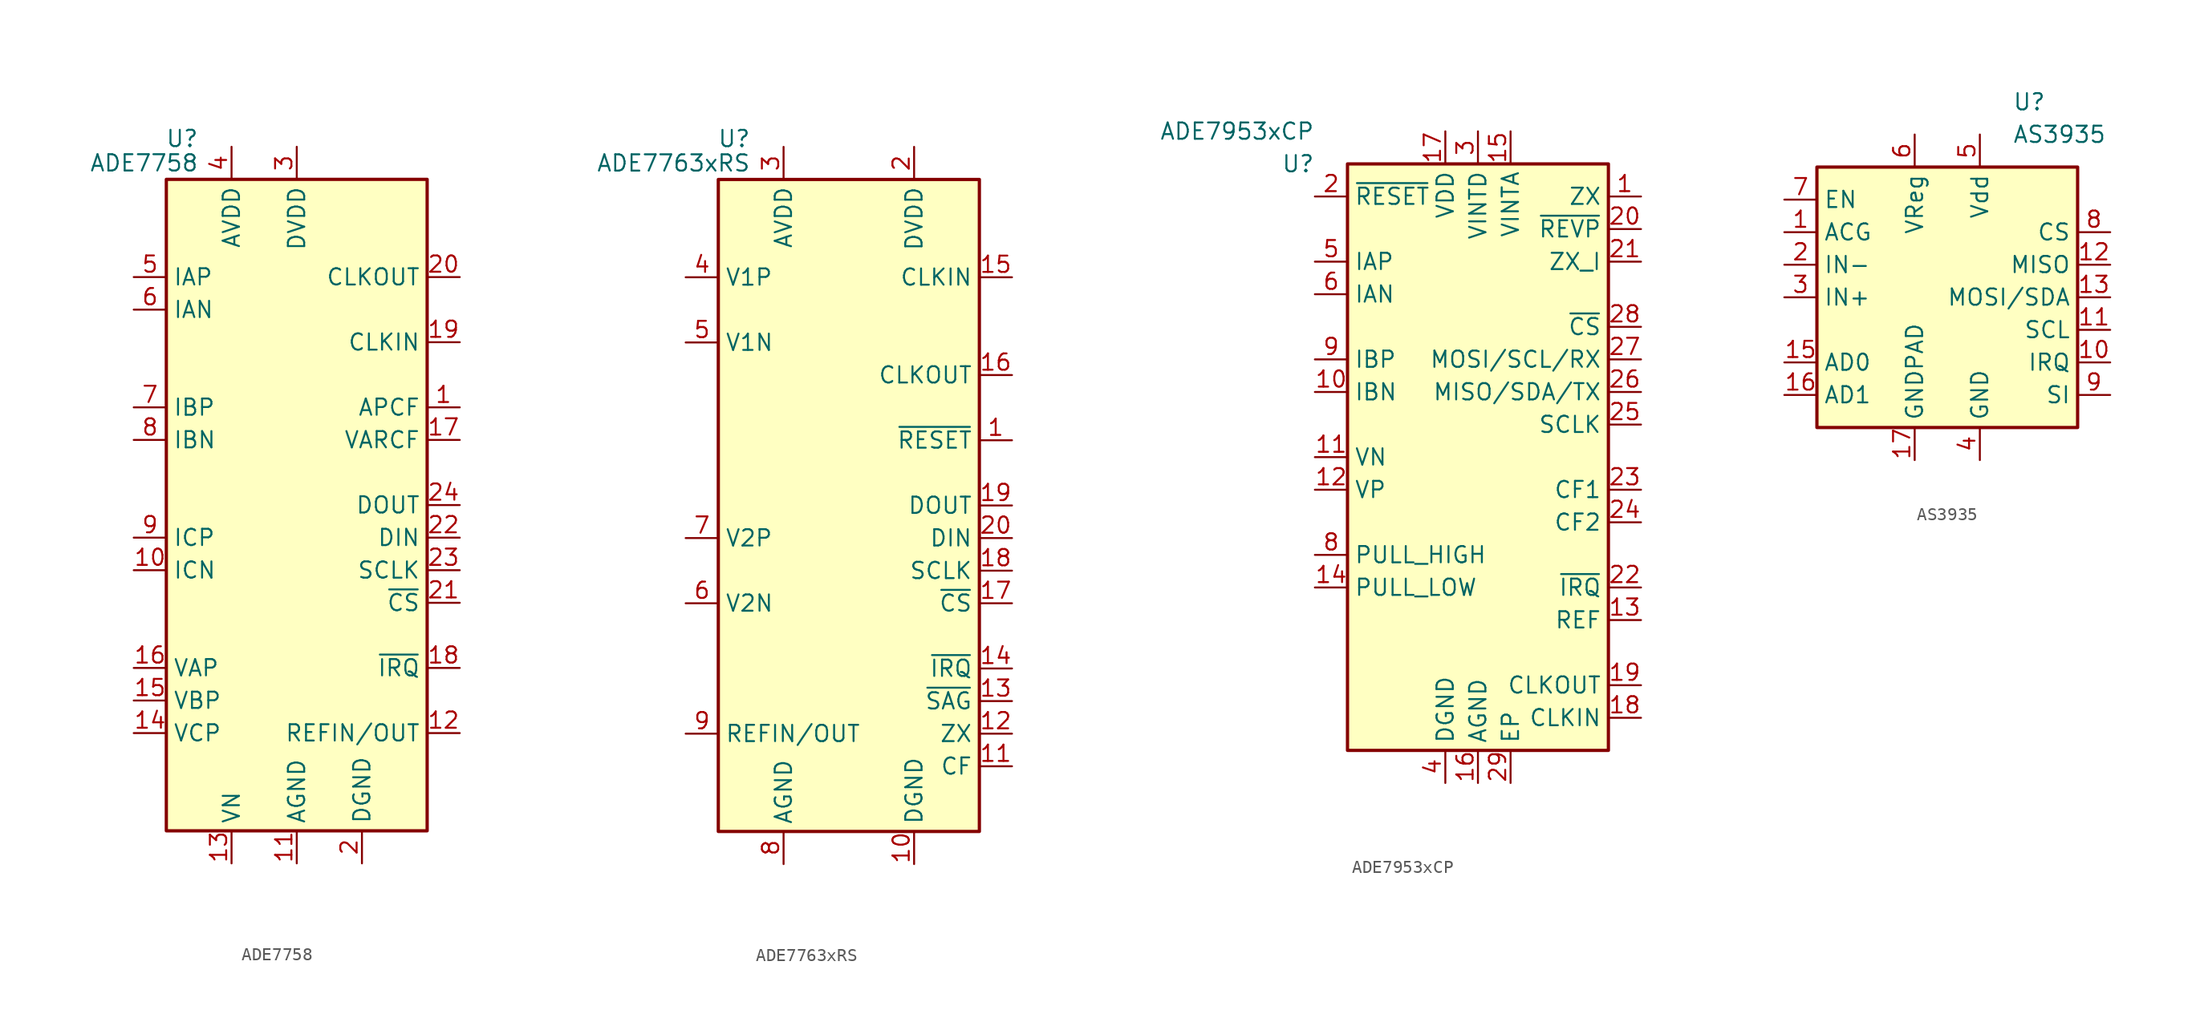
<source format=kicad_sym>
(kicad_symbol_lib
  (version 20201005)
  (generator kicad_symbol_editor)
  (symbol "Sensor:ADE7758"
    (property "Reference" "U"
      (at -7.62 28.575 0)
      (effects (font (size 1.27 1.27)) (justify right)))
    (property "Value" "ADE7758"
      (at -7.62 26.67 0)
      (effects (font (size 1.27 1.27)) (justify right)))
    (symbol "ADE7758_0_1"
      (rectangle (start 10.16 -25.4) (end -10.16 25.4) (stroke (width 0.254)) (fill (type background))))
    (symbol "ADE7758_1_1"
      (pin output line (at 12.7 7.62 180) (length 2.54) (name "APCF" (effects (font (size 1.27 1.27)))) (number "1" (effects (font (size 1.27 1.27)))))
      (pin input line (at -12.7 -5.08 0) (length 2.54) (name "ICN" (effects (font (size 1.27 1.27)))) (number "10" (effects (font (size 1.27 1.27)))))
      (pin power_in line (at 0 -27.94 90) (length 2.54) (name "AGND" (effects (font (size 1.27 1.27)))) (number "11" (effects (font (size 1.27 1.27)))))
      (pin input line (at 12.7 -17.78 180) (length 2.54) (name "REFIN/OUT" (effects (font (size 1.27 1.27)))) (number "12" (effects (font (size 1.27 1.27)))))
      (pin power_in line (at -5.08 -27.94 90) (length 2.54) (name "VN" (effects (font (size 1.27 1.27)))) (number "13" (effects (font (size 1.27 1.27)))))
      (pin input line (at -12.7 -17.78 0) (length 2.54) (name "VCP" (effects (font (size 1.27 1.27)))) (number "14" (effects (font (size 1.27 1.27)))))
      (pin input line (at -12.7 -15.24 0) (length 2.54) (name "VBP" (effects (font (size 1.27 1.27)))) (number "15" (effects (font (size 1.27 1.27)))))
      (pin input line (at -12.7 -12.7 0) (length 2.54) (name "VAP" (effects (font (size 1.27 1.27)))) (number "16" (effects (font (size 1.27 1.27)))))
      (pin output line (at 12.7 5.08 180) (length 2.54) (name "VARCF" (effects (font (size 1.27 1.27)))) (number "17" (effects (font (size 1.27 1.27)))))
      (pin open_collector line (at 12.7 -12.7 180) (length 2.54) (name "~IRQ" (effects (font (size 1.27 1.27)))) (number "18" (effects (font (size 1.27 1.27)))))
      (pin input line (at 12.7 12.7 180) (length 2.54) (name "CLKIN" (effects (font (size 1.27 1.27)))) (number "19" (effects (font (size 1.27 1.27)))))
      (pin power_in line (at 5.08 -27.94 90) (length 2.54) (name "DGND" (effects (font (size 1.27 1.27)))) (number "2" (effects (font (size 1.27 1.27)))))
      (pin output line (at 12.7 17.78 180) (length 2.54) (name "CLKOUT" (effects (font (size 1.27 1.27)))) (number "20" (effects (font (size 1.27 1.27)))))
      (pin input line (at 12.7 -7.62 180) (length 2.54) (name "~CS" (effects (font (size 1.27 1.27)))) (number "21" (effects (font (size 1.27 1.27)))))
      (pin input line (at 12.7 -2.54 180) (length 2.54) (name "DIN" (effects (font (size 1.27 1.27)))) (number "22" (effects (font (size 1.27 1.27)))))
      (pin input line (at 12.7 -5.08 180) (length 2.54) (name "SCLK" (effects (font (size 1.27 1.27)))) (number "23" (effects (font (size 1.27 1.27)))))
      (pin output line (at 12.7 0 180) (length 2.54) (name "DOUT" (effects (font (size 1.27 1.27)))) (number "24" (effects (font (size 1.27 1.27)))))
      (pin power_in line (at 0 27.94 270) (length 2.54) (name "DVDD" (effects (font (size 1.27 1.27)))) (number "3" (effects (font (size 1.27 1.27)))))
      (pin power_in line (at -5.08 27.94 270) (length 2.54) (name "AVDD" (effects (font (size 1.27 1.27)))) (number "4" (effects (font (size 1.27 1.27)))))
      (pin input line (at -12.7 17.78 0) (length 2.54) (name "IAP" (effects (font (size 1.27 1.27)))) (number "5" (effects (font (size 1.27 1.27)))))
      (pin input line (at -12.7 15.24 0) (length 2.54) (name "IAN" (effects (font (size 1.27 1.27)))) (number "6" (effects (font (size 1.27 1.27)))))
      (pin input line (at -12.7 7.62 0) (length 2.54) (name "IBP" (effects (font (size 1.27 1.27)))) (number "7" (effects (font (size 1.27 1.27)))))
      (pin input line (at -12.7 5.08 0) (length 2.54) (name "IBN" (effects (font (size 1.27 1.27)))) (number "8" (effects (font (size 1.27 1.27)))))
      (pin input line (at -12.7 -2.54 0) (length 2.54) (name "ICP" (effects (font (size 1.27 1.27)))) (number "9" (effects (font (size 1.27 1.27)))))))
  (symbol "Sensor:ADE7763xRS"
    (property "Reference" "U"
      (at -7.62 28.575 0)
      (effects (font (size 1.27 1.27)) (justify right)))
    (property "Value" "ADE7763xRS"
      (at -7.62 26.67 0)
      (effects (font (size 1.27 1.27)) (justify right)))
    (symbol "ADE7763xRS_0_1"
      (rectangle (start 10.16 -25.4) (end -10.16 25.4) (stroke (width 0.254)) (fill (type background))))
    (symbol "ADE7763xRS_1_1"
      (pin input line (at 12.7 5.08 180) (length 2.54) (name "~RESET" (effects (font (size 1.27 1.27)))) (number "1" (effects (font (size 1.27 1.27)))))
      (pin power_in line (at 5.08 -27.94 90) (length 2.54) (name "DGND" (effects (font (size 1.27 1.27)))) (number "10" (effects (font (size 1.27 1.27)))))
      (pin output line (at 12.7 -20.32 180) (length 2.54) (name "CF" (effects (font (size 1.27 1.27)))) (number "11" (effects (font (size 1.27 1.27)))))
      (pin output line (at 12.7 -17.78 180) (length 2.54) (name "ZX" (effects (font (size 1.27 1.27)))) (number "12" (effects (font (size 1.27 1.27)))))
      (pin open_collector line (at 12.7 -15.24 180) (length 2.54) (name "~SAG" (effects (font (size 1.27 1.27)))) (number "13" (effects (font (size 1.27 1.27)))))
      (pin open_collector line (at 12.7 -12.7 180) (length 2.54) (name "~IRQ" (effects (font (size 1.27 1.27)))) (number "14" (effects (font (size 1.27 1.27)))))
      (pin input line (at 12.7 17.78 180) (length 2.54) (name "CLKIN" (effects (font (size 1.27 1.27)))) (number "15" (effects (font (size 1.27 1.27)))))
      (pin output line (at 12.7 10.16 180) (length 2.54) (name "CLKOUT" (effects (font (size 1.27 1.27)))) (number "16" (effects (font (size 1.27 1.27)))))
      (pin input line (at 12.7 -7.62 180) (length 2.54) (name "~CS" (effects (font (size 1.27 1.27)))) (number "17" (effects (font (size 1.27 1.27)))))
      (pin input line (at 12.7 -5.08 180) (length 2.54) (name "SCLK" (effects (font (size 1.27 1.27)))) (number "18" (effects (font (size 1.27 1.27)))))
      (pin output line (at 12.7 0 180) (length 2.54) (name "DOUT" (effects (font (size 1.27 1.27)))) (number "19" (effects (font (size 1.27 1.27)))))
      (pin power_in line (at 5.08 27.94 270) (length 2.54) (name "DVDD" (effects (font (size 1.27 1.27)))) (number "2" (effects (font (size 1.27 1.27)))))
      (pin input line (at 12.7 -2.54 180) (length 2.54) (name "DIN" (effects (font (size 1.27 1.27)))) (number "20" (effects (font (size 1.27 1.27)))))
      (pin power_in line (at -5.08 27.94 270) (length 2.54) (name "AVDD" (effects (font (size 1.27 1.27)))) (number "3" (effects (font (size 1.27 1.27)))))
      (pin input line (at -12.7 17.78 0) (length 2.54) (name "V1P" (effects (font (size 1.27 1.27)))) (number "4" (effects (font (size 1.27 1.27)))))
      (pin input line (at -12.7 12.7 0) (length 2.54) (name "V1N" (effects (font (size 1.27 1.27)))) (number "5" (effects (font (size 1.27 1.27)))))
      (pin input line (at -12.7 -7.62 0) (length 2.54) (name "V2N" (effects (font (size 1.27 1.27)))) (number "6" (effects (font (size 1.27 1.27)))))
      (pin input line (at -12.7 -2.54 0) (length 2.54) (name "V2P" (effects (font (size 1.27 1.27)))) (number "7" (effects (font (size 1.27 1.27)))))
      (pin power_in line (at -5.08 -27.94 90) (length 2.54) (name "AGND" (effects (font (size 1.27 1.27)))) (number "8" (effects (font (size 1.27 1.27)))))
      (pin input line (at -12.7 -17.78 0) (length 2.54) (name "REFIN/OUT" (effects (font (size 1.27 1.27)))) (number "9" (effects (font (size 1.27 1.27)))))))
  (symbol "Sensor:ADE7953xCP"
    (property "Reference" "U"
      (at -12.7 22.86 0)
      (effects (font (size 1.27 1.27)) (justify right)))
    (property "Value" "ADE7953xCP"
      (at -12.7 25.4 0)
      (effects (font (size 1.27 1.27)) (justify right)))
    (symbol "ADE7953xCP_0_1"
      (rectangle (start 10.16 -22.86) (end -10.16 22.86) (stroke (width 0.254)) (fill (type background))))
    (symbol "ADE7953xCP_1_1"
      (pin output line (at 12.7 20.32 180) (length 2.54) (name "ZX" (effects (font (size 1.27 1.27)))) (number "1" (effects (font (size 1.27 1.27)))))
      (pin input line (at -12.7 5.08 0) (length 2.54) (name "IBN" (effects (font (size 1.27 1.27)))) (number "10" (effects (font (size 1.27 1.27)))))
      (pin input line (at -12.7 0 0) (length 2.54) (name "VN" (effects (font (size 1.27 1.27)))) (number "11" (effects (font (size 1.27 1.27)))))
      (pin input line (at -12.7 -2.54 0) (length 2.54) (name "VP" (effects (font (size 1.27 1.27)))) (number "12" (effects (font (size 1.27 1.27)))))
      (pin input line (at 12.7 -12.7 180) (length 2.54) (name "REF" (effects (font (size 1.27 1.27)))) (number "13" (effects (font (size 1.27 1.27)))))
      (pin input line (at -12.7 -10.16 0) (length 2.54) (name "PULL_LOW" (effects (font (size 1.27 1.27)))) (number "14" (effects (font (size 1.27 1.27)))))
      (pin power_out line (at 2.54 25.4 270) (length 2.54) (name "VINTA" (effects (font (size 1.27 1.27)))) (number "15" (effects (font (size 1.27 1.27)))))
      (pin power_in line (at 0 -25.4 90) (length 2.54) (name "AGND" (effects (font (size 1.27 1.27)))) (number "16" (effects (font (size 1.27 1.27)))))
      (pin power_in line (at -2.54 25.4 270) (length 2.54) (name "VDD" (effects (font (size 1.27 1.27)))) (number "17" (effects (font (size 1.27 1.27)))))
      (pin input line (at 12.7 -20.32 180) (length 2.54) (name "CLKIN" (effects (font (size 1.27 1.27)))) (number "18" (effects (font (size 1.27 1.27)))))
      (pin output line (at 12.7 -17.78 180) (length 2.54) (name "CLKOUT" (effects (font (size 1.27 1.27)))) (number "19" (effects (font (size 1.27 1.27)))))
      (pin input line (at -12.7 20.32 0) (length 2.54) (name "~RESET" (effects (font (size 1.27 1.27)))) (number "2" (effects (font (size 1.27 1.27)))))
      (pin output line (at 12.7 17.78 180) (length 2.54) (name "~REVP" (effects (font (size 1.27 1.27)))) (number "20" (effects (font (size 1.27 1.27)))))
      (pin output line (at 12.7 15.24 180) (length 2.54) (name "ZX_I" (effects (font (size 1.27 1.27)))) (number "21" (effects (font (size 1.27 1.27)))))
      (pin open_collector line (at 12.7 -10.16 180) (length 2.54) (name "~IRQ" (effects (font (size 1.27 1.27)))) (number "22" (effects (font (size 1.27 1.27)))))
      (pin output line (at 12.7 -2.54 180) (length 2.54) (name "CF1" (effects (font (size 1.27 1.27)))) (number "23" (effects (font (size 1.27 1.27)))))
      (pin output line (at 12.7 -5.08 180) (length 2.54) (name "CF2" (effects (font (size 1.27 1.27)))) (number "24" (effects (font (size 1.27 1.27)))))
      (pin input line (at 12.7 2.54 180) (length 2.54) (name "SCLK" (effects (font (size 1.27 1.27)))) (number "25" (effects (font (size 1.27 1.27)))))
      (pin bidirectional line (at 12.7 5.08 180) (length 2.54) (name "MISO/SDA/TX" (effects (font (size 1.27 1.27)))) (number "26" (effects (font (size 1.27 1.27)))))
      (pin input line (at 12.7 7.62 180) (length 2.54) (name "MOSI/SCL/RX" (effects (font (size 1.27 1.27)))) (number "27" (effects (font (size 1.27 1.27)))))
      (pin input line (at 12.7 10.16 180) (length 2.54) (name "~CS" (effects (font (size 1.27 1.27)))) (number "28" (effects (font (size 1.27 1.27)))))
      (pin passive line (at 2.54 -25.4 90) (length 2.54) (name "EP" (effects (font (size 1.27 1.27)))) (number "29" (effects (font (size 1.27 1.27)))))
      (pin power_out line (at 0 25.4 270) (length 2.54) (name "VINTD" (effects (font (size 1.27 1.27)))) (number "3" (effects (font (size 1.27 1.27)))))
      (pin power_in line (at -2.54 -25.4 90) (length 2.54) (name "DGND" (effects (font (size 1.27 1.27)))) (number "4" (effects (font (size 1.27 1.27)))))
      (pin input line (at -12.7 15.24 0) (length 2.54) (name "IAP" (effects (font (size 1.27 1.27)))) (number "5" (effects (font (size 1.27 1.27)))))
      (pin input line (at -12.7 12.7 0) (length 2.54) (name "IAN" (effects (font (size 1.27 1.27)))) (number "6" (effects (font (size 1.27 1.27)))))
      (pin input line (at -12.7 -7.62 0) (length 2.54) hide (name "PULL_HIGH" (effects (font (size 1.27 1.27)))) (number "7" (effects (font (size 1.27 1.27)))))
      (pin input line (at -12.7 -7.62 0) (length 2.54) (name "PULL_HIGH" (effects (font (size 1.27 1.27)))) (number "8" (effects (font (size 1.27 1.27)))))
      (pin input line (at -12.7 7.62 0) (length 2.54) (name "IBP" (effects (font (size 1.27 1.27)))) (number "9" (effects (font (size 1.27 1.27)))))))
  (symbol "Sensor:AS3935"
    (property "Reference" "U"
      (at 5.08 15.24 0)
      (effects (font (size 1.27 1.27)) (justify left)))
    (property "Value" "AS3935"
      (at 5.08 12.7 0)
      (effects (font (size 1.27 1.27)) (justify left)))
    (symbol "AS3935_0_1"
      (rectangle (start -10.16 10.16) (end 10.16 -10.16) (stroke (width 0.254)) (fill (type background))))
    (symbol "AS3935_1_1"
      (pin input line (at -12.7 5.08 0) (length 2.54) (name "ACG" (effects (font (size 1.27 1.27)))) (number "1" (effects (font (size 1.27 1.27)))))
      (pin bidirectional line (at 12.7 -5.08 180) (length 2.54) (name "IRQ" (effects (font (size 1.27 1.27)))) (number "10" (effects (font (size 1.27 1.27)))))
      (pin bidirectional line (at 12.7 -2.54 180) (length 2.54) (name "SCL" (effects (font (size 1.27 1.27)))) (number "11" (effects (font (size 1.27 1.27)))))
      (pin output line (at 12.7 2.54 180) (length 2.54) (name "MISO" (effects (font (size 1.27 1.27)))) (number "12" (effects (font (size 1.27 1.27)))))
      (pin bidirectional line (at 12.7 0 180) (length 2.54) (name "MOSI/SDA" (effects (font (size 1.27 1.27)))) (number "13" (effects (font (size 1.27 1.27)))))
      (pin input line (at -12.7 -5.08 0) (length 2.54) (name "AD0" (effects (font (size 1.27 1.27)))) (number "15" (effects (font (size 1.27 1.27)))))
      (pin input line (at -12.7 -7.62 0) (length 2.54) (name "AD1" (effects (font (size 1.27 1.27)))) (number "16" (effects (font (size 1.27 1.27)))))
      (pin power_in line (at -2.54 -12.7 90) (length 2.54) (name "GNDPAD" (effects (font (size 1.27 1.27)))) (number "17" (effects (font (size 1.27 1.27)))))
      (pin input line (at -12.7 2.54 0) (length 2.54) (name "IN-" (effects (font (size 1.27 1.27)))) (number "2" (effects (font (size 1.27 1.27)))))
      (pin input line (at -12.7 0 0) (length 2.54) (name "IN+" (effects (font (size 1.27 1.27)))) (number "3" (effects (font (size 1.27 1.27)))))
      (pin power_in line (at 2.54 -12.7 90) (length 2.54) (name "GND" (effects (font (size 1.27 1.27)))) (number "4" (effects (font (size 1.27 1.27)))))
      (pin power_in line (at 2.54 12.7 270) (length 2.54) (name "Vdd" (effects (font (size 1.27 1.27)))) (number "5" (effects (font (size 1.27 1.27)))))
      (pin passive line (at -2.54 12.7 270) (length 2.54) (name "VReg" (effects (font (size 1.27 1.27)))) (number "6" (effects (font (size 1.27 1.27)))))
      (pin input line (at -12.7 7.62 0) (length 2.54) (name "EN" (effects (font (size 1.27 1.27)))) (number "7" (effects (font (size 1.27 1.27)))))
      (pin input line (at 12.7 5.08 180) (length 2.54) (name "CS" (effects (font (size 1.27 1.27)))) (number "8" (effects (font (size 1.27 1.27)))))
      (pin input line (at 12.7 -7.62 180) (length 2.54) (name "SI" (effects (font (size 1.27 1.27)))) (number "9" (effects (font (size 1.27 1.27))))))))
</source>
